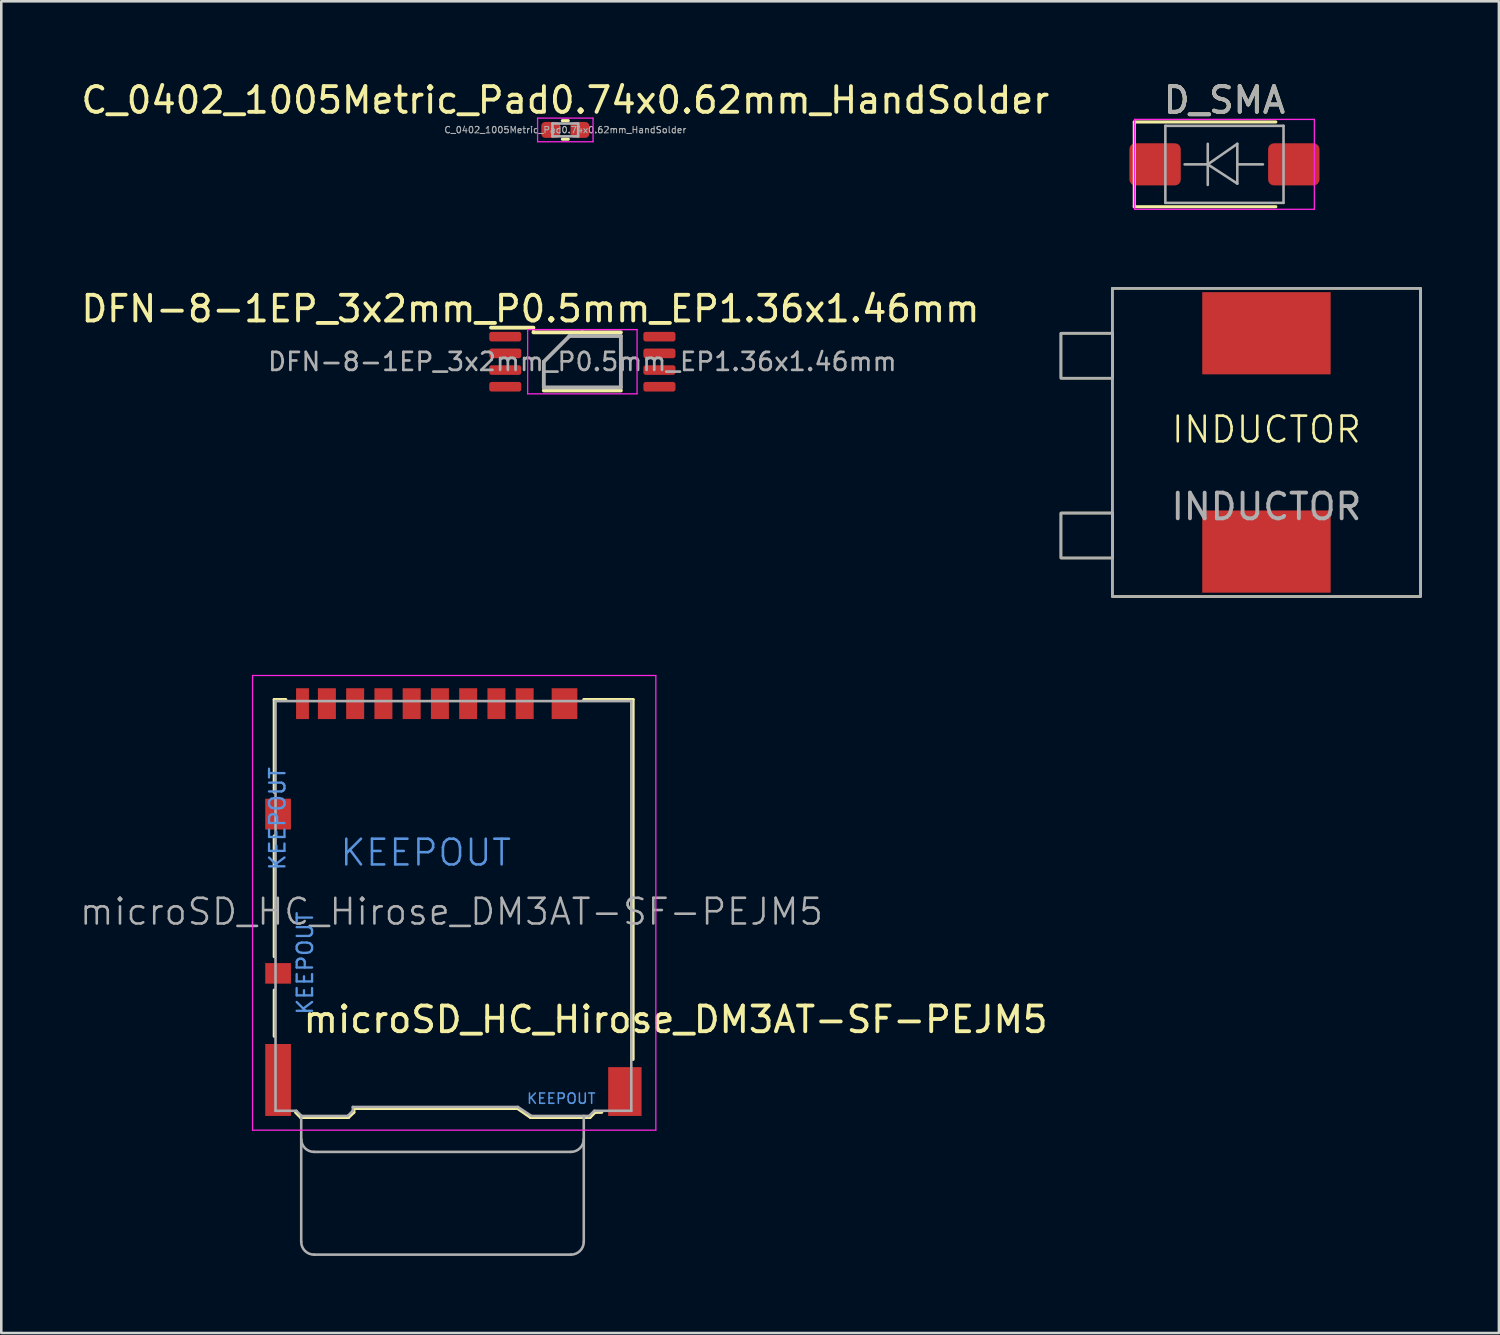
<source format=kicad_pcb>
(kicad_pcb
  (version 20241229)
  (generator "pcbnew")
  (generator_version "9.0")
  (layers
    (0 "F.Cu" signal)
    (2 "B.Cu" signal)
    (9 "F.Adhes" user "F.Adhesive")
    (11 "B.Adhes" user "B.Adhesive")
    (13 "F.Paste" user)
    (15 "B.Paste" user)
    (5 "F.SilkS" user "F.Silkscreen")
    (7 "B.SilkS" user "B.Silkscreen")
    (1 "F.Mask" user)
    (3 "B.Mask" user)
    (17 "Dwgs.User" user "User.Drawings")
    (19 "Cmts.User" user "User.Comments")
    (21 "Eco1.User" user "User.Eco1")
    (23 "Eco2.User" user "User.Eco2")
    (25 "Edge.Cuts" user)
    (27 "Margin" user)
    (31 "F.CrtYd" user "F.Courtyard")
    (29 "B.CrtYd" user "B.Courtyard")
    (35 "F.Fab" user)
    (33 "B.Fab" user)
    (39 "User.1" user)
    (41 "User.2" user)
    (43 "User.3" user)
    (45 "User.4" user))
  (footprint "INDUCTOR"
    (layer "F.Cu")
    (at 46.252 14.173)
    (property "Reference" "INDUCTOR" (at 0 -0.5 0) (unlocked yes) (layer "F.SilkS") (effects (font (size 1 1) (thickness 0.1))))
    (fp_rect (start -6 -6) (end 6 6) (stroke (width 0.1) (type default)) (fill no) (layer "F.SilkS"))
    (fp_rect (start -6 -4.25) (end -8 -2.5) (stroke (width 0.1) (type default)) (fill no) (layer "F.SilkS"))
    (fp_rect (start -6 4.5) (end -8 2.75) (stroke (width 0.1) (type default)) (fill no) (layer "F.SilkS"))
    (fp_rect (start -8 -4.25) (end -6 -2.5) (stroke (width 0.1) (type default)) (fill no) (layer "F.Fab"))
    (fp_rect (start -8 2.75) (end -6 4.5) (stroke (width 0.1) (type default)) (fill no) (layer "F.Fab"))
    (fp_rect (start -6 -6) (end 6 6) (stroke (width 0.1) (type default)) (fill no) (layer "F.Fab"))
    (fp_text user "${REFERENCE}" (at 0 2.5 0) (unlocked yes) (layer "F.Fab") (effects (font (size 1 1) (thickness 0.15))))
    (pad "1" smd rect (at 0 -4.25) (size 5 3.2) (layers "F.Cu" "F.Mask" "F.Paste"))
    (pad "2" smd rect (at 0 4.25) (size 5 3.2) (layers "F.Cu" "F.Mask" "F.Paste")))
  (footprint "D_SMA"
    (layer "F.Cu")
    (at 44.617 3.348)
    (property "Reference" "D_SMA" (at 0 -2.5 0) (layer "F.SilkS") (effects (font (size 1 1) (thickness 0.15))))
    (attr smd)
    (fp_line (start -3.51 -1.65) (end -3.51 1.65) (stroke (width 0.12) (type solid)) (layer "F.SilkS"))
    (fp_line (start -3.51 -1.65) (end 2 -1.65) (stroke (width 0.12) (type solid)) (layer "F.SilkS"))
    (fp_line (start -3.51 1.65) (end 2 1.65) (stroke (width 0.12) (type solid)) (layer "F.SilkS"))
    (fp_line (start -3.5 -1.75) (end 3.5 -1.75) (stroke (width 0.05) (type solid)) (layer "F.CrtYd"))
    (fp_line (start -3.5 1.75) (end -3.5 -1.75) (stroke (width 0.05) (type solid)) (layer "F.CrtYd"))
    (fp_line (start 3.5 -1.75) (end 3.5 1.75) (stroke (width 0.05) (type solid)) (layer "F.CrtYd"))
    (fp_line (start 3.5 1.75) (end -3.5 1.75) (stroke (width 0.05) (type solid)) (layer "F.CrtYd"))
    (fp_line (start -2.3 1.5) (end -2.3 -1.5) (stroke (width 0.1) (type solid)) (layer "F.Fab"))
    (fp_line (start -0.649 -0.799) (end -0.649 0.801) (stroke (width 0.1) (type solid)) (layer "F.Fab"))
    (fp_line (start -0.649 0.001) (end -1.551 0.001) (stroke (width 0.1) (type solid)) (layer "F.Fab"))
    (fp_line (start -0.649 0.001) (end 0.501 -0.799) (stroke (width 0.1) (type solid)) (layer "F.Fab"))
    (fp_line (start -0.649 0.001) (end 0.501 0.75) (stroke (width 0.1) (type solid)) (layer "F.Fab"))
    (fp_line (start 0.501 0.001) (end 1.499 0.001) (stroke (width 0.1) (type solid)) (layer "F.Fab"))
    (fp_line (start 0.501 0.75) (end 0.501 -0.799) (stroke (width 0.1) (type solid)) (layer "F.Fab"))
    (fp_line (start 2.3 -1.5) (end -2.3 -1.5) (stroke (width 0.1) (type solid)) (layer "F.Fab"))
    (fp_line (start 2.3 -1.5) (end 2.3 1.5) (stroke (width 0.1) (type solid)) (layer "F.Fab"))
    (fp_line (start 2.3 1.5) (end -2.3 1.5) (stroke (width 0.1) (type solid)) (layer "F.Fab"))
    (fp_text user "${REFERENCE}" (at 0 -2.5 0) (layer "F.Fab") (effects (font (size 1 1) (thickness 0.15))))
    (pad "1" smd roundrect (at -2.7 0) (size 2 1.64) (layers "F.Cu" "F.Mask" "F.Paste") (roundrect_rratio 0.139))
    (pad "2" smd roundrect (at 2.7 0) (size 2 1.64) (layers "F.Cu" "F.Mask" "F.Paste") (roundrect_rratio 0.139)))
  (footprint "microSD_HC_Hirose_DM3AT-SF-PEJM5"
    (layer "F.Cu")
    (at 14.601 32.068)
    (property "Reference" "microSD_HC_Hirose_DM3AT-SF-PEJM5" (at 8.649 4.572 0) (layer "F.SilkS") (effects (font (size 1 1) (thickness 0.15))))
    (attr smd)
    (fp_line (start -6.975 -7.885) (end -6.975 -4.275) (stroke (width 0.12) (type solid)) (layer "F.SilkS"))
    (fp_line (start -6.975 -2.575) (end -6.975 2.125) (stroke (width 0.12) (type solid)) (layer "F.SilkS"))
    (fp_line (start -6.975 3.425) (end -6.975 5.225) (stroke (width 0.12) (type solid)) (layer "F.SilkS"))
    (fp_line (start -6.525 -7.885) (end -6.975 -7.885) (stroke (width 0.12) (type solid)) (layer "F.SilkS"))
    (fp_line (start -5.945 8.385) (end -6.145 8.185) (stroke (width 0.12) (type solid)) (layer "F.SilkS"))
    (fp_line (start -5.945 8.385) (end -4.085 8.385) (stroke (width 0.12) (type solid)) (layer "F.SilkS"))
    (fp_line (start -4.085 8.385) (end -3.875 8.185) (stroke (width 0.12) (type solid)) (layer "F.SilkS"))
    (fp_line (start -3.875 8.035) (end -3.875 8.185) (stroke (width 0.12) (type solid)) (layer "F.SilkS"))
    (fp_line (start -3.875 8.035) (end 2.495 8.035) (stroke (width 0.12) (type solid)) (layer "F.SilkS"))
    (fp_line (start 3.005 8.385) (end 2.495 8.035) (stroke (width 0.12) (type solid)) (layer "F.SilkS"))
    (fp_line (start 5.075 -7.885) (end 6.995 -7.885) (stroke (width 0.12) (type solid)) (layer "F.SilkS"))
    (fp_line (start 5.315 8.385) (end 3.005 8.385) (stroke (width 0.12) (type solid)) (layer "F.SilkS"))
    (fp_line (start 5.315 8.385) (end 5.515 8.185) (stroke (width 0.12) (type solid)) (layer "F.SilkS"))
    (fp_line (start 5.515 8.185) (end 5.775 8.185) (stroke (width 0.12) (type solid)) (layer "F.SilkS"))
    (fp_line (start 6.995 -7.885) (end 6.995 6.125) (stroke (width 0.12) (type solid)) (layer "F.SilkS"))
    (fp_line (start -7.82 -8.82) (end 7.88 -8.82) (stroke (width 0.05) (type solid)) (layer "F.CrtYd"))
    (fp_line (start -7.82 8.88) (end -7.82 -8.82) (stroke (width 0.05) (type solid)) (layer "F.CrtYd"))
    (fp_line (start 7.88 -8.82) (end 7.88 8.88) (stroke (width 0.05) (type solid)) (layer "F.CrtYd"))
    (fp_line (start 7.88 8.88) (end -7.82 8.88) (stroke (width 0.05) (type solid)) (layer "F.CrtYd"))
    (fp_line (start -6.925 8.125) (end -6.925 -7.825) (stroke (width 0.1) (type solid)) (layer "F.Fab"))
    (fp_line (start -6.115 8.125) (end -6.925 8.125) (stroke (width 0.1) (type solid)) (layer "F.Fab"))
    (fp_line (start -5.925 8.325) (end -5.925 13.225) (stroke (width 0.1) (type solid)) (layer "F.Fab"))
    (fp_line (start -5.915 8.325) (end -6.115 8.125) (stroke (width 0.1) (type solid)) (layer "F.Fab"))
    (fp_line (start -5.425 9.725) (end 4.575 9.725) (stroke (width 0.1) (type solid)) (layer "F.Fab"))
    (fp_line (start -5.425 13.725) (end 4.575 13.725) (stroke (width 0.1) (type solid)) (layer "F.Fab"))
    (fp_line (start -4.115 8.325) (end -5.915 8.325) (stroke (width 0.1) (type solid)) (layer "F.Fab"))
    (fp_line (start -3.915 8.125) (end -4.115 8.325) (stroke (width 0.1) (type solid)) (layer "F.Fab"))
    (fp_line (start -3.915 8.125) (end -3.915 7.975) (stroke (width 0.1) (type solid)) (layer "F.Fab"))
    (fp_line (start 2.51 7.975) (end -3.915 7.975) (stroke (width 0.1) (type solid)) (layer "F.Fab"))
    (fp_line (start 3.035 8.325) (end 2.51 7.975) (stroke (width 0.1) (type solid)) (layer "F.Fab"))
    (fp_line (start 5.075 13.225) (end 5.075 8.325) (stroke (width 0.1) (type solid)) (layer "F.Fab"))
    (fp_line (start 5.285 8.325) (end 3.035 8.325) (stroke (width 0.1) (type solid)) (layer "F.Fab"))
    (fp_line (start 5.285 8.325) (end 5.485 8.125) (stroke (width 0.1) (type solid)) (layer "F.Fab"))
    (fp_line (start 5.485 8.125) (end 6.925 8.125) (stroke (width 0.1) (type solid)) (layer "F.Fab"))
    (fp_line (start 6.925 -7.825) (end -6.925 -7.825) (stroke (width 0.1) (type solid)) (layer "F.Fab"))
    (fp_line (start 6.925 8.125) (end 6.925 -7.825) (stroke (width 0.1) (type solid)) (layer "F.Fab"))
    (fp_arc (start -5.425 9.725) (mid -5.778553 9.578553) (end -5.925 9.225) (stroke (width 0.1) (type solid)) (layer "F.Fab"))
    (fp_arc (start -5.425 13.725) (mid -5.778553 13.578553) (end -5.925 13.225) (stroke (width 0.1) (type solid)) (layer "F.Fab"))
    (fp_arc (start 5.075 9.225) (mid 4.928553 9.578553) (end 4.575 9.725) (stroke (width 0.1) (type solid)) (layer "F.Fab"))
    (fp_arc (start 5.075 13.225) (mid 4.928553 13.578553) (end 4.575 13.725) (stroke (width 0.1) (type solid)) (layer "F.Fab"))
    (fp_text user "KEEPOUT" (at -5.775 2.375 90) (layer "Cmts.User") (effects (font (size 0.6 0.6) (thickness 0.09))))
    (fp_text user "KEEPOUT" (at -1.075 -1.925 0) (layer "Cmts.User") (effects (font (size 1 1) (thickness 0.1))))
    (fp_text user "KEEPOUT" (at -6.85 -3.25 90) (layer "Cmts.User") (effects (font (size 0.6 0.6) (thickness 0.09))))
    (fp_text user "KEEPOUT" (at 4.2 7.65 0) (layer "Cmts.User") (effects (font (size 0.4 0.4) (thickness 0.06))))
    (fp_text user "${REFERENCE}" (at -0.075 0.375 0) (layer "F.Fab") (effects (font (size 1 1) (thickness 0.1))))
    (pad "1" smd rect (at 2.775 -7.725) (size 0.7 1.2) (layers "F.Cu" "F.Mask" "F.Paste"))
    (pad "2" smd rect (at 1.675 -7.725) (size 0.7 1.2) (layers "F.Cu" "F.Mask" "F.Paste"))
    (pad "3" smd rect (at 0.575 -7.725) (size 0.7 1.2) (layers "F.Cu" "F.Mask" "F.Paste"))
    (pad "4" smd rect (at -0.525 -7.725) (size 0.7 1.2) (layers "F.Cu" "F.Mask" "F.Paste"))
    (pad "5" smd rect (at -1.625 -7.725) (size 0.7 1.2) (layers "F.Cu" "F.Mask" "F.Paste"))
    (pad "6" smd rect (at -2.725 -7.725) (size 0.7 1.2) (layers "F.Cu" "F.Mask" "F.Paste"))
    (pad "7" smd rect (at -3.825 -7.725) (size 0.7 1.2) (layers "F.Cu" "F.Mask" "F.Paste"))
    (pad "8" smd rect (at -4.925 -7.725) (size 0.7 1.2) (layers "F.Cu" "F.Mask" "F.Paste"))
    (pad "9" smd rect (at -5.875 -7.725) (size 0.5 1.2) (layers "F.Cu" "F.Mask" "F.Paste"))
    (pad "10" smd rect (at -6.825 2.775) (size 1 0.8) (layers "F.Cu" "F.Mask" "F.Paste"))
    (pad "11" smd rect (at -6.825 -3.425) (size 1 1.2) (layers "F.Cu" "F.Mask" "F.Paste"))
    (pad "11" smd rect (at -6.825 6.925) (size 1 2.8) (layers "F.Cu" "F.Mask" "F.Paste"))
    (pad "11" smd rect (at 4.325 -7.725) (size 1 1.2) (layers "F.Cu" "F.Mask" "F.Paste"))
    (pad "11" smd rect (at 6.675 7.375) (size 1.3 1.9) (layers "F.Cu" "F.Mask" "F.Paste"))
    (zone (net_name "") (layer "F.Cu") (hatch full 0.508) (connect_pads) (min_thickness 0.254) (filled_areas_thickness no) (keepout (tracks not_allowed) (vias not_allowed) (pads not_allowed) (copperpour not_allowed) (footprints not_allowed)) (placement (enabled no)) (fill) (polygon (pts (xy 8.126 28.043) (xy 7.376 28.043) (xy 7.376 24.793) (xy 8.126 24.793))))
    (zone (net_name "") (layer "F.Cu") (hatch full 0.508) (connect_pads) (min_thickness 0.254) (filled_areas_thickness no) (keepout (tracks not_allowed) (vias not_allowed) (pads not_allowed) (copperpour not_allowed) (footprints not_allowed)) (placement (enabled no)) (fill) (polygon (pts (xy 8.126 32.843) (xy 7.376 32.843) (xy 7.376 29.243) (xy 8.126 29.243))))
    (zone (net_name "") (layer "F.Cu") (hatch full 0.508) (connect_pads) (min_thickness 0.254) (filled_areas_thickness no) (keepout (tracks not_allowed) (vias not_allowed) (pads not_allowed) (copperpour not_allowed) (footprints not_allowed)) (placement (enabled no)) (fill) (polygon (pts (xy 8.476 30.643) (xy 9.176 30.643) (xy 9.176 38.243) (xy 8.476 38.243))))
    (zone (net_name "") (layer "F.Cu") (hatch full 0.508) (connect_pads) (min_thickness 0.254) (filled_areas_thickness no) (keepout (tracks not_allowed) (vias not_allowed) (pads not_allowed) (copperpour not_allowed) (footprints not_allowed)) (placement (enabled no)) (fill) (polygon (pts (xy 17.526 39.043) (xy 20.076 39.043) (xy 20.076 40.393) (xy 17.526 40.393))))
    (zone (net_name "") (layer "F.Cu") (hatch full 0.508) (connect_pads) (min_thickness 0.254) (filled_areas_thickness no) (keepout (tracks not_allowed) (vias not_allowed) (pads not_allowed) (copperpour not_allowed) (footprints not_allowed)) (placement (enabled no)) (fill) (polygon (pts (xy 17.876 30.943) (xy 9.176 30.943) (xy 9.176 29.343) (xy 17.876 29.343)))))
  (footprint "DFN-8-1EP_3x2mm_P0.5mm_EP1.36x1.46mm"
    (layer "F.Cu")
    (at 19.621 11.031)
    (property "Reference" "DFN-8-1EP_3x2mm_P0.5mm_EP1.36x1.46mm" (at -2.02 -2.06 180) (layer "F.SilkS") (effects (font (size 1 1) (thickness 0.15))))
    (attr smd)
    (fp_line (start -3.556 -1.325) (end -1.905 -1.325) (stroke (width 0.15) (type default)) (layer "F.SilkS"))
    (fp_line (start -1.905 -1.27) (end -1.905 -1.143) (stroke (width 0.1) (type default)) (layer "F.SilkS"))
    (fp_line (start -1.905 -1.143) (end 0 -1.143) (stroke (width 0.15) (type default)) (layer "F.SilkS"))
    (fp_line (start -1.5 1.12) (end 1.5 1.12) (stroke (width 0.15) (type solid)) (layer "F.SilkS"))
    (fp_line (start 0 -1.143) (end 1.5 -1.143) (stroke (width 0.15) (type solid)) (layer "F.SilkS"))
    (fp_line (start -2.13 -1.25) (end -2.13 1.25) (stroke (width 0.05) (type solid)) (layer "F.CrtYd"))
    (fp_line (start -2.13 -1.25) (end 2.13 -1.25) (stroke (width 0.05) (type solid)) (layer "F.CrtYd"))
    (fp_line (start -2.13 1.25) (end 2.13 1.25) (stroke (width 0.05) (type solid)) (layer "F.CrtYd"))
    (fp_line (start 2.13 -1.25) (end 2.13 1.25) (stroke (width 0.05) (type solid)) (layer "F.CrtYd"))
    (fp_line (start -1.5 0) (end -0.5 -1) (stroke (width 0.15) (type solid)) (layer "F.Fab"))
    (fp_line (start -1.5 1) (end -1.5 0) (stroke (width 0.15) (type solid)) (layer "F.Fab"))
    (fp_line (start -0.5 -1) (end 1.5 -1) (stroke (width 0.15) (type solid)) (layer "F.Fab"))
    (fp_line (start 1.5 -1) (end 1.5 1) (stroke (width 0.15) (type solid)) (layer "F.Fab"))
    (fp_line (start 1.5 1) (end -1.5 1) (stroke (width 0.15) (type solid)) (layer "F.Fab"))
    (fp_text user "${REFERENCE}" (at 0 0 180) (layer "F.Fab") (effects (font (size 0.7 0.7) (thickness 0.105))))
    (pad "1" smd roundrect (at -3 -0.975) (size 1.25 0.375) (layers "F.Cu" "F.Mask" "F.Paste") (roundrect_rratio 0.25))
    (pad "2" smd roundrect (at -3 -0.325) (size 1.25 0.375) (layers "F.Cu" "F.Mask" "F.Paste") (roundrect_rratio 0.25))
    (pad "3" smd roundrect (at -3 0.325) (size 1.25 0.375) (layers "F.Cu" "F.Mask" "F.Paste") (roundrect_rratio 0.25))
    (pad "4" smd roundrect (at -3 0.975) (size 1.25 0.375) (layers "F.Cu" "F.Mask" "F.Paste") (roundrect_rratio 0.25))
    (pad "5" smd roundrect (at 3 0.975) (size 1.25 0.375) (layers "F.Cu" "F.Mask" "F.Paste") (roundrect_rratio 0.25))
    (pad "6" smd roundrect (at 3 0.325) (size 1.25 0.375) (layers "F.Cu" "F.Mask" "F.Paste") (roundrect_rratio 0.25))
    (pad "7" smd roundrect (at 3 -0.325) (size 1.25 0.375) (layers "F.Cu" "F.Mask" "F.Paste") (roundrect_rratio 0.25))
    (pad "8" smd roundrect (at 3 -0.975) (size 1.25 0.375) (layers "F.Cu" "F.Mask" "F.Paste") (roundrect_rratio 0.25)))
  (footprint "C_0402_1005Metric_Pad0.74x0.62mm_HandSolder"
    (layer "F.Cu")
    (at 18.958 2.008)
    (property "Reference" "C_0402_1005Metric_Pad0.74x0.62mm_HandSolder" (at 0 -1.16 180) (layer "F.SilkS") (effects (font (size 1 1) (thickness 0.15))))
    (attr smd)
    (fp_line (start -0.116 -0.36) (end 0.116 -0.36) (stroke (width 0.12) (type solid)) (layer "F.SilkS"))
    (fp_line (start -0.116 0.36) (end 0.116 0.36) (stroke (width 0.12) (type solid)) (layer "F.SilkS"))
    (fp_line (start -1.08 -0.46) (end 1.08 -0.46) (stroke (width 0.05) (type solid)) (layer "F.CrtYd"))
    (fp_line (start -1.08 0.46) (end -1.08 -0.46) (stroke (width 0.05) (type solid)) (layer "F.CrtYd"))
    (fp_line (start 1.08 -0.46) (end 1.08 0.46) (stroke (width 0.05) (type solid)) (layer "F.CrtYd"))
    (fp_line (start 1.08 0.46) (end -1.08 0.46) (stroke (width 0.05) (type solid)) (layer "F.CrtYd"))
    (fp_line (start -0.5 -0.25) (end 0.5 -0.25) (stroke (width 0.1) (type solid)) (layer "F.Fab"))
    (fp_line (start -0.5 0.25) (end -0.5 -0.25) (stroke (width 0.1) (type solid)) (layer "F.Fab"))
    (fp_line (start 0.5 -0.25) (end 0.5 0.25) (stroke (width 0.1) (type solid)) (layer "F.Fab"))
    (fp_line (start 0.5 0.25) (end -0.5 0.25) (stroke (width 0.1) (type solid)) (layer "F.Fab"))
    (fp_text user "${REFERENCE}" (at 0 0 180) (layer "F.Fab") (effects (font (size 0.25 0.25) (thickness 0.04))))
    (pad "1" smd roundrect (at -0.568 0) (size 0.735 0.62) (layers "F.Cu" "F.Mask" "F.Paste") (roundrect_rratio 0.25))
    (pad "2" smd roundrect (at 0.568 0) (size 0.735 0.62) (layers "F.Cu" "F.Mask" "F.Paste") (roundrect_rratio 0.25)))
  (gr_rect
    (start -3 -3)
    (end 55.302 48.843)
    (stroke (width 0.1) (type default))
    (fill no)
    (layer "Edge.Cuts")))
</source>
